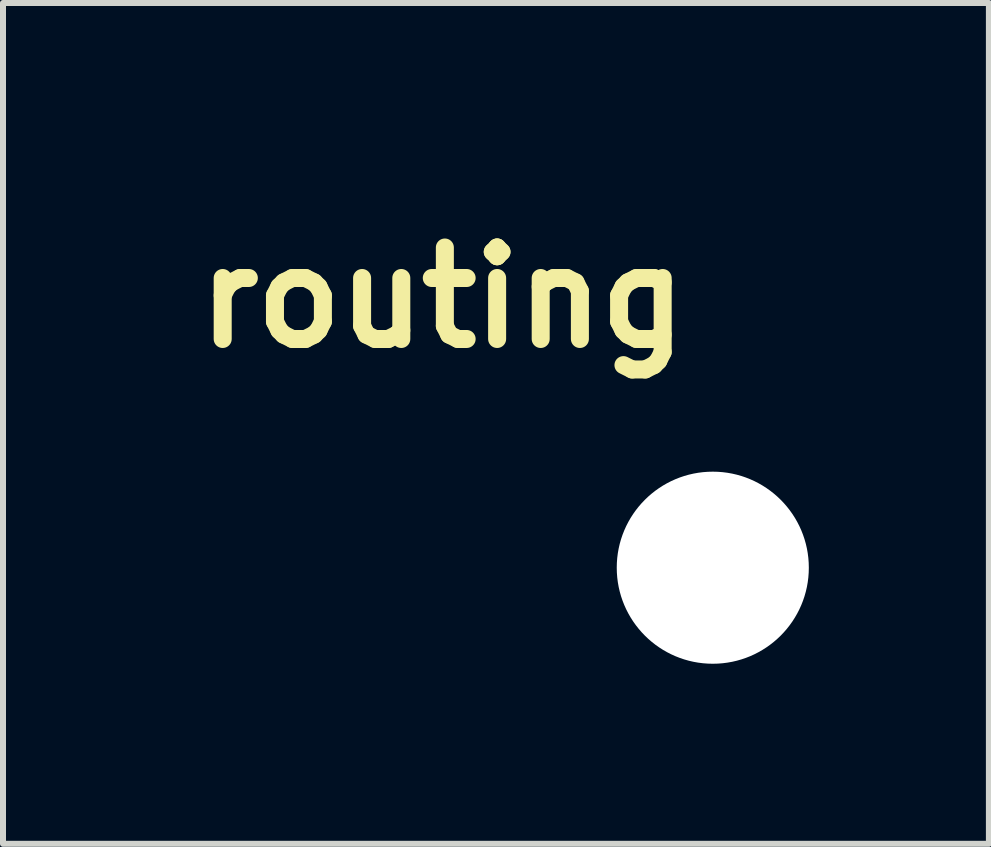
<source format=kicad_pcb>
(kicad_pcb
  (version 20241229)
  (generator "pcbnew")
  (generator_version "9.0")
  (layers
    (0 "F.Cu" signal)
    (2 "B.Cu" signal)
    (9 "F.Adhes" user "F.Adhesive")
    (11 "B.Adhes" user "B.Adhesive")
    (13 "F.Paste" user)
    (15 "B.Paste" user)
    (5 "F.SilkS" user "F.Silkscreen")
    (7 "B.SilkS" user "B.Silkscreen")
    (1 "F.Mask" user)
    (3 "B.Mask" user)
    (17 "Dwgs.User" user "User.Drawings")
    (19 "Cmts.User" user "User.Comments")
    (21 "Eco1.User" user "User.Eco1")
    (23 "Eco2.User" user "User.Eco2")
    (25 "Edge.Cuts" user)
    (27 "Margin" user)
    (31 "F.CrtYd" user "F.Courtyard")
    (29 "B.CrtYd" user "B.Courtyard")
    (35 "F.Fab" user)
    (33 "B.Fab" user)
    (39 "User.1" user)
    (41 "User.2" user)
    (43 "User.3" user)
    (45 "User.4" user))
  (footprint "routing"
    (layer "F.Cu")
    (at 8.825 6.408)
    (property "Reference" "routing" (at -4.5 -4.5 0) (layer "F.SilkS") (effects (font (size 1.524 1.524) (thickness 0.3))))
    (attr through_hole)
    (fp_poly (pts (xy -7.074 -6.403) (xy -6.961 -6.403) (xy -6.833 -6.403) (xy -6.7 -6.402) (xy -5.85 -6.4) (xy -5.806 -6.375) (xy -5.79 -6.363) (xy -5.763 -6.34) (xy -5.724 -6.305) (xy -5.675 -6.26) (xy -5.616 -6.204) (xy -5.547 -6.138) (xy -5.468 -6.062) (xy -5.38 -5.977) (xy -5.345 -5.943) (xy -5.274 -5.873) (xy -5.205 -5.807) (xy -5.14 -5.744) (xy -5.08 -5.685) (xy -5.025 -5.633) (xy -4.978 -5.587) (xy -4.939 -5.549) (xy -4.91 -5.521) (xy -4.891 -5.502) (xy -4.885 -5.497) (xy -4.842 -5.458) (xy -4.796 -5.469) (xy -4.69 -5.485) (xy -4.58 -5.486) (xy -4.468 -5.473) (xy -4.356 -5.447) (xy -4.247 -5.408) (xy -4.144 -5.356) (xy -4.055 -5.298) (xy -3.996 -5.249) (xy -3.936 -5.191) (xy -3.879 -5.129) (xy -3.829 -5.066) (xy -3.799 -5.022) (xy -3.757 -4.948) (xy -3.72 -4.866) (xy -3.69 -4.785) (xy -3.683 -4.76) (xy -3.669 -4.712) (xy -1.992 -4.712) (xy -2.068 -4.79) (xy -2.166 -4.892) (xy -2.252 -4.983) (xy -2.328 -5.063) (xy -2.392 -5.132) (xy -2.446 -5.19) (xy -2.489 -5.238) (xy -2.523 -5.276) (xy -2.546 -5.305) (xy -2.561 -5.325) (xy -2.564 -5.33) (xy -2.583 -5.384) (xy -2.588 -5.441) (xy -2.58 -5.499) (xy -2.558 -5.554) (xy -2.524 -5.602) (xy -2.516 -5.611) (xy -2.479 -5.641) (xy -2.441 -5.661) (xy -2.395 -5.671) (xy -2.356 -5.675) (xy -2.337 -5.676) (xy -2.32 -5.677) (xy -2.304 -5.676) (xy -2.289 -5.674) (xy -2.273 -5.669) (xy -2.256 -5.661) (xy -2.236 -5.648) (xy -2.213 -5.631) (xy -2.187 -5.608) (xy -2.155 -5.579) (xy -2.118 -5.543) (xy -2.075 -5.5) (xy -2.024 -5.448) (xy -1.965 -5.386) (xy -1.897 -5.315) (xy -1.82 -5.233) (xy -1.731 -5.139) (xy -1.719 -5.127) (xy -1.62 -5.022) (xy -1.531 -4.928) (xy -1.453 -4.845) (xy -1.386 -4.772) (xy -1.329 -4.71) (xy -1.284 -4.66) (xy -1.25 -4.621) (xy -1.227 -4.594) (xy -1.216 -4.579) (xy -1.216 -4.579) (xy -1.205 -4.553) (xy -1.198 -4.528) (xy -1.195 -4.497) (xy -1.195 -4.471) (xy -1.196 -4.434) (xy -1.199 -4.408) (xy -1.206 -4.386) (xy -1.219 -4.361) (xy -1.22 -4.359) (xy -1.231 -4.345) (xy -1.253 -4.319) (xy -1.285 -4.282) (xy -1.327 -4.236) (xy -1.378 -4.179) (xy -1.438 -4.115) (xy -1.506 -4.041) (xy -1.582 -3.961) (xy -1.664 -3.874) (xy -1.72 -3.815) (xy -1.806 -3.724) (xy -1.881 -3.644) (xy -1.947 -3.576) (xy -2.003 -3.517) (xy -2.051 -3.467) (xy -2.092 -3.425) (xy -2.126 -3.391) (xy -2.154 -3.363) (xy -2.177 -3.341) (xy -2.196 -3.324) (xy -2.212 -3.311) (xy -2.225 -3.301) (xy -2.236 -3.294) (xy -2.246 -3.289) (xy -2.246 -3.288) (xy -2.276 -3.274) (xy -2.3 -3.267) (xy -2.325 -3.265) (xy -2.358 -3.266) (xy -2.361 -3.266) (xy -2.418 -3.274) (xy -2.465 -3.293) (xy -2.506 -3.323) (xy -2.521 -3.338) (xy -2.557 -3.384) (xy -2.578 -3.435) (xy -2.587 -3.494) (xy -2.587 -3.505) (xy -2.587 -3.528) (xy -2.585 -3.548) (xy -2.581 -3.568) (xy -2.575 -3.587) (xy -2.564 -3.609) (xy -2.548 -3.633) (xy -2.527 -3.661) (xy -2.498 -3.695) (xy -2.462 -3.736) (xy -2.418 -3.784) (xy -2.364 -3.842) (xy -2.299 -3.91) (xy -2.273 -3.937) (xy -2 -4.225) (xy -2.425 -4.227) (xy -2.529 -4.228) (xy -2.645 -4.228) (xy -2.769 -4.228) (xy -2.896 -4.228) (xy -3.021 -4.228) (xy -3.139 -4.228) (xy -3.247 -4.227) (xy -3.273 -4.227) (xy -3.696 -4.225) (xy -3.726 -4.158) (xy -3.784 -4.043) (xy -3.854 -3.939) (xy -3.936 -3.845) (xy -4.026 -3.764) (xy -4.125 -3.694) (xy -4.232 -3.638) (xy -4.344 -3.596) (xy -4.46 -3.568) (xy -4.581 -3.555) (xy -4.703 -3.558) (xy -4.753 -3.564) (xy -4.85 -3.578) (xy -4.918 -3.511) (xy -5.019 -3.412) (xy -5.118 -3.315) (xy -5.214 -3.222) (xy -5.306 -3.132) (xy -5.394 -3.047) (xy -5.476 -2.968) (xy -5.553 -2.894) (xy -5.623 -2.828) (xy -5.686 -2.769) (xy -5.74 -2.718) (xy -5.786 -2.676) (xy -5.822 -2.644) (xy -5.847 -2.622) (xy -5.862 -2.611) (xy -5.863 -2.61) (xy -5.901 -2.591) (xy -6.751 -2.59) (xy -6.894 -2.589) (xy -7.021 -2.589) (xy -7.133 -2.589) (xy -7.231 -2.589) (xy -7.316 -2.589) (xy -7.388 -2.59) (xy -7.449 -2.59) (xy -7.499 -2.591) (xy -7.54 -2.592) (xy -7.572 -2.593) (xy -7.597 -2.594) (xy -7.615 -2.596) (xy -7.627 -2.598) (xy -7.634 -2.599) (xy -7.691 -2.628) (xy -7.739 -2.669) (xy -7.774 -2.72) (xy -7.794 -2.769) (xy -7.801 -2.827) (xy -7.793 -2.886) (xy -7.771 -2.942) (xy -7.737 -2.991) (xy -7.718 -3.011) (xy -7.707 -3.021) (xy -7.697 -3.029) (xy -7.687 -3.037) (xy -7.677 -3.043) (xy -7.664 -3.049) (xy -7.647 -3.054) (xy -7.627 -3.058) (xy -7.601 -3.061) (xy -7.569 -3.064) (xy -7.529 -3.066) (xy -7.481 -3.067) (xy -7.423 -3.068) (xy -7.355 -3.069) (xy -7.275 -3.069) (xy -7.182 -3.07) (xy -7.075 -3.07) (xy -6.953 -3.07) (xy -6.835 -3.07) (xy -6.067 -3.07) (xy -5.696 -3.43) (xy -5.63 -3.495) (xy -5.566 -3.557) (xy -5.507 -3.614) (xy -5.453 -3.666) (xy -5.406 -3.712) (xy -5.367 -3.751) (xy -5.336 -3.781) (xy -5.315 -3.801) (xy -5.305 -3.811) (xy -5.305 -3.811) (xy -5.284 -3.83) (xy -5.329 -3.879) (xy -5.408 -3.978) (xy -5.473 -4.083) (xy -5.522 -4.194) (xy -5.557 -4.308) (xy -5.576 -4.425) (xy -5.58 -4.543) (xy -5.569 -4.662) (xy -5.543 -4.778) (xy -5.502 -4.893) (xy -5.445 -5.003) (xy -5.373 -5.108) (xy -5.343 -5.145) (xy -5.287 -5.21) (xy -5.651 -5.564) (xy -6.015 -5.918) (xy -6.8 -5.922) (xy -6.933 -5.923) (xy -7.05 -5.923) (xy -7.152 -5.924) (xy -7.241 -5.925) (xy -7.316 -5.925) (xy -7.381 -5.926) (xy -7.434 -5.927) (xy -7.478 -5.928) (xy -7.514 -5.929) (xy -7.542 -5.93) (xy -7.564 -5.931) (xy -7.58 -5.933) (xy -7.593 -5.935) (xy -7.602 -5.937) (xy -7.609 -5.939) (xy -7.615 -5.942) (xy -7.619 -5.944) (xy -7.672 -5.982) (xy -7.713 -6.03) (xy -7.739 -6.087) (xy -7.75 -6.15) (xy -7.75 -6.163) (xy -7.743 -6.226) (xy -7.723 -6.279) (xy -7.687 -6.327) (xy -7.67 -6.343) (xy -7.659 -6.353) (xy -7.65 -6.361) (xy -7.64 -6.369) (xy -7.63 -6.376) (xy -7.618 -6.382) (xy -7.603 -6.387) (xy -7.584 -6.391) (xy -7.56 -6.394) (xy -7.531 -6.397) (xy -7.494 -6.399) (xy -7.45 -6.401) (xy -7.396 -6.402) (xy -7.333 -6.403) (xy -7.259 -6.403) (xy -7.173 -6.403) (xy -7.074 -6.403)) (stroke (width 0.01) (type solid)) (fill yes) (layer "F.Mask"))
    (fp_poly (pts (xy -7.074 -6.403) (xy -6.961 -6.403) (xy -6.833 -6.403) (xy -6.7 -6.402) (xy -5.85 -6.4) (xy -5.806 -6.375) (xy -5.79 -6.363) (xy -5.763 -6.34) (xy -5.724 -6.305) (xy -5.675 -6.26) (xy -5.616 -6.204) (xy -5.547 -6.138) (xy -5.468 -6.062) (xy -5.38 -5.977) (xy -5.345 -5.943) (xy -5.274 -5.873) (xy -5.205 -5.807) (xy -5.14 -5.744) (xy -5.08 -5.685) (xy -5.025 -5.633) (xy -4.978 -5.587) (xy -4.939 -5.549) (xy -4.91 -5.521) (xy -4.891 -5.502) (xy -4.885 -5.497) (xy -4.842 -5.458) (xy -4.796 -5.469) (xy -4.69 -5.485) (xy -4.58 -5.486) (xy -4.468 -5.473) (xy -4.356 -5.447) (xy -4.247 -5.408) (xy -4.144 -5.356) (xy -4.055 -5.298) (xy -3.996 -5.249) (xy -3.936 -5.191) (xy -3.879 -5.129) (xy -3.829 -5.066) (xy -3.799 -5.022) (xy -3.757 -4.948) (xy -3.72 -4.866) (xy -3.69 -4.785) (xy -3.683 -4.76) (xy -3.669 -4.712) (xy -1.992 -4.712) (xy -2.068 -4.79) (xy -2.166 -4.892) (xy -2.252 -4.983) (xy -2.328 -5.063) (xy -2.392 -5.132) (xy -2.446 -5.19) (xy -2.489 -5.238) (xy -2.523 -5.276) (xy -2.546 -5.305) (xy -2.561 -5.325) (xy -2.564 -5.33) (xy -2.583 -5.384) (xy -2.588 -5.441) (xy -2.58 -5.499) (xy -2.558 -5.554) (xy -2.524 -5.602) (xy -2.516 -5.611) (xy -2.479 -5.641) (xy -2.441 -5.661) (xy -2.395 -5.671) (xy -2.356 -5.675) (xy -2.337 -5.676) (xy -2.32 -5.677) (xy -2.304 -5.676) (xy -2.289 -5.674) (xy -2.273 -5.669) (xy -2.256 -5.661) (xy -2.236 -5.648) (xy -2.213 -5.631) (xy -2.187 -5.608) (xy -2.155 -5.579) (xy -2.118 -5.543) (xy -2.075 -5.5) (xy -2.024 -5.448) (xy -1.965 -5.386) (xy -1.897 -5.315) (xy -1.82 -5.233) (xy -1.731 -5.139) (xy -1.719 -5.127) (xy -1.62 -5.022) (xy -1.531 -4.928) (xy -1.453 -4.845) (xy -1.386 -4.772) (xy -1.329 -4.71) (xy -1.284 -4.66) (xy -1.25 -4.621) (xy -1.227 -4.594) (xy -1.216 -4.579) (xy -1.216 -4.579) (xy -1.205 -4.553) (xy -1.198 -4.528) (xy -1.195 -4.497) (xy -1.195 -4.471) (xy -1.196 -4.434) (xy -1.199 -4.408) (xy -1.206 -4.386) (xy -1.219 -4.361) (xy -1.22 -4.359) (xy -1.231 -4.345) (xy -1.253 -4.319) (xy -1.285 -4.282) (xy -1.327 -4.236) (xy -1.378 -4.179) (xy -1.438 -4.115) (xy -1.506 -4.041) (xy -1.582 -3.961) (xy -1.664 -3.874) (xy -1.72 -3.815) (xy -1.806 -3.724) (xy -1.881 -3.644) (xy -1.947 -3.576) (xy -2.003 -3.517) (xy -2.051 -3.467) (xy -2.092 -3.425) (xy -2.126 -3.391) (xy -2.154 -3.363) (xy -2.177 -3.341) (xy -2.196 -3.324) (xy -2.212 -3.311) (xy -2.225 -3.301) (xy -2.236 -3.294) (xy -2.246 -3.289) (xy -2.246 -3.288) (xy -2.276 -3.274) (xy -2.3 -3.267) (xy -2.325 -3.265) (xy -2.358 -3.266) (xy -2.361 -3.266) (xy -2.418 -3.274) (xy -2.465 -3.293) (xy -2.506 -3.323) (xy -2.521 -3.338) (xy -2.557 -3.384) (xy -2.578 -3.435) (xy -2.587 -3.494) (xy -2.587 -3.505) (xy -2.587 -3.528) (xy -2.585 -3.548) (xy -2.581 -3.568) (xy -2.575 -3.587) (xy -2.564 -3.609) (xy -2.548 -3.633) (xy -2.527 -3.661) (xy -2.498 -3.695) (xy -2.462 -3.736) (xy -2.418 -3.784) (xy -2.364 -3.842) (xy -2.299 -3.91) (xy -2.273 -3.937) (xy -2 -4.225) (xy -2.425 -4.227) (xy -2.529 -4.228) (xy -2.645 -4.228) (xy -2.769 -4.228) (xy -2.896 -4.228) (xy -3.021 -4.228) (xy -3.139 -4.228) (xy -3.247 -4.227) (xy -3.273 -4.227) (xy -3.696 -4.225) (xy -3.726 -4.158) (xy -3.784 -4.043) (xy -3.854 -3.939) (xy -3.936 -3.845) (xy -4.026 -3.764) (xy -4.125 -3.694) (xy -4.232 -3.638) (xy -4.344 -3.596) (xy -4.46 -3.568) (xy -4.581 -3.555) (xy -4.703 -3.558) (xy -4.753 -3.564) (xy -4.85 -3.578) (xy -4.918 -3.511) (xy -5.019 -3.412) (xy -5.118 -3.315) (xy -5.214 -3.222) (xy -5.306 -3.132) (xy -5.394 -3.047) (xy -5.476 -2.968) (xy -5.553 -2.894) (xy -5.623 -2.828) (xy -5.686 -2.769) (xy -5.74 -2.718) (xy -5.786 -2.676) (xy -5.822 -2.644) (xy -5.847 -2.622) (xy -5.862 -2.611) (xy -5.863 -2.61) (xy -5.901 -2.591) (xy -6.751 -2.59) (xy -6.894 -2.589) (xy -7.021 -2.589) (xy -7.133 -2.589) (xy -7.231 -2.589) (xy -7.316 -2.589) (xy -7.388 -2.59) (xy -7.449 -2.59) (xy -7.499 -2.591) (xy -7.54 -2.592) (xy -7.572 -2.593) (xy -7.597 -2.594) (xy -7.615 -2.596) (xy -7.627 -2.598) (xy -7.634 -2.599) (xy -7.691 -2.628) (xy -7.739 -2.669) (xy -7.774 -2.72) (xy -7.794 -2.769) (xy -7.801 -2.827) (xy -7.793 -2.886) (xy -7.771 -2.942) (xy -7.737 -2.991) (xy -7.718 -3.011) (xy -7.707 -3.021) (xy -7.697 -3.029) (xy -7.687 -3.037) (xy -7.677 -3.043) (xy -7.664 -3.049) (xy -7.647 -3.054) (xy -7.627 -3.058) (xy -7.601 -3.061) (xy -7.569 -3.064) (xy -7.529 -3.066) (xy -7.481 -3.067) (xy -7.423 -3.068) (xy -7.355 -3.069) (xy -7.275 -3.069) (xy -7.182 -3.07) (xy -7.075 -3.07) (xy -6.953 -3.07) (xy -6.835 -3.07) (xy -6.067 -3.07) (xy -5.696 -3.43) (xy -5.63 -3.495) (xy -5.566 -3.557) (xy -5.507 -3.614) (xy -5.453 -3.666) (xy -5.406 -3.712) (xy -5.367 -3.751) (xy -5.336 -3.781) (xy -5.315 -3.801) (xy -5.305 -3.811) (xy -5.305 -3.811) (xy -5.284 -3.83) (xy -5.329 -3.879) (xy -5.408 -3.978) (xy -5.473 -4.083) (xy -5.522 -4.194) (xy -5.557 -4.308) (xy -5.576 -4.425) (xy -5.58 -4.543) (xy -5.569 -4.662) (xy -5.543 -4.778) (xy -5.502 -4.893) (xy -5.445 -5.003) (xy -5.373 -5.108) (xy -5.343 -5.145) (xy -5.287 -5.21) (xy -5.651 -5.564) (xy -6.015 -5.918) (xy -6.8 -5.922) (xy -6.933 -5.923) (xy -7.05 -5.923) (xy -7.152 -5.924) (xy -7.241 -5.925) (xy -7.316 -5.925) (xy -7.381 -5.926) (xy -7.434 -5.927) (xy -7.478 -5.928) (xy -7.514 -5.929) (xy -7.542 -5.93) (xy -7.564 -5.931) (xy -7.58 -5.933) (xy -7.593 -5.935) (xy -7.602 -5.937) (xy -7.609 -5.939) (xy -7.615 -5.942) (xy -7.619 -5.944) (xy -7.672 -5.982) (xy -7.713 -6.03) (xy -7.739 -6.087) (xy -7.75 -6.15) (xy -7.75 -6.163) (xy -7.743 -6.226) (xy -7.723 -6.279) (xy -7.687 -6.327) (xy -7.67 -6.343) (xy -7.659 -6.353) (xy -7.65 -6.361) (xy -7.64 -6.369) (xy -7.63 -6.376) (xy -7.618 -6.382) (xy -7.603 -6.387) (xy -7.584 -6.391) (xy -7.56 -6.394) (xy -7.531 -6.397) (xy -7.494 -6.399) (xy -7.45 -6.401) (xy -7.396 -6.402) (xy -7.333 -6.403) (xy -7.259 -6.403) (xy -7.173 -6.403) (xy -7.074 -6.403)) (stroke (width 0.01) (type solid)) (fill yes) (layer "B.Mask"))
    (pad "" np_thru_hole circle (at 0 0) (size 3.2 3.2) (drill 3.2) (layers "*.Cu" "*.Mask")))
  (gr_rect
    (start -3 -3)
    (end 13.425 11.008)
    (stroke (width 0.1) (type default))
    (fill no)
    (layer "Edge.Cuts")))
</source>
